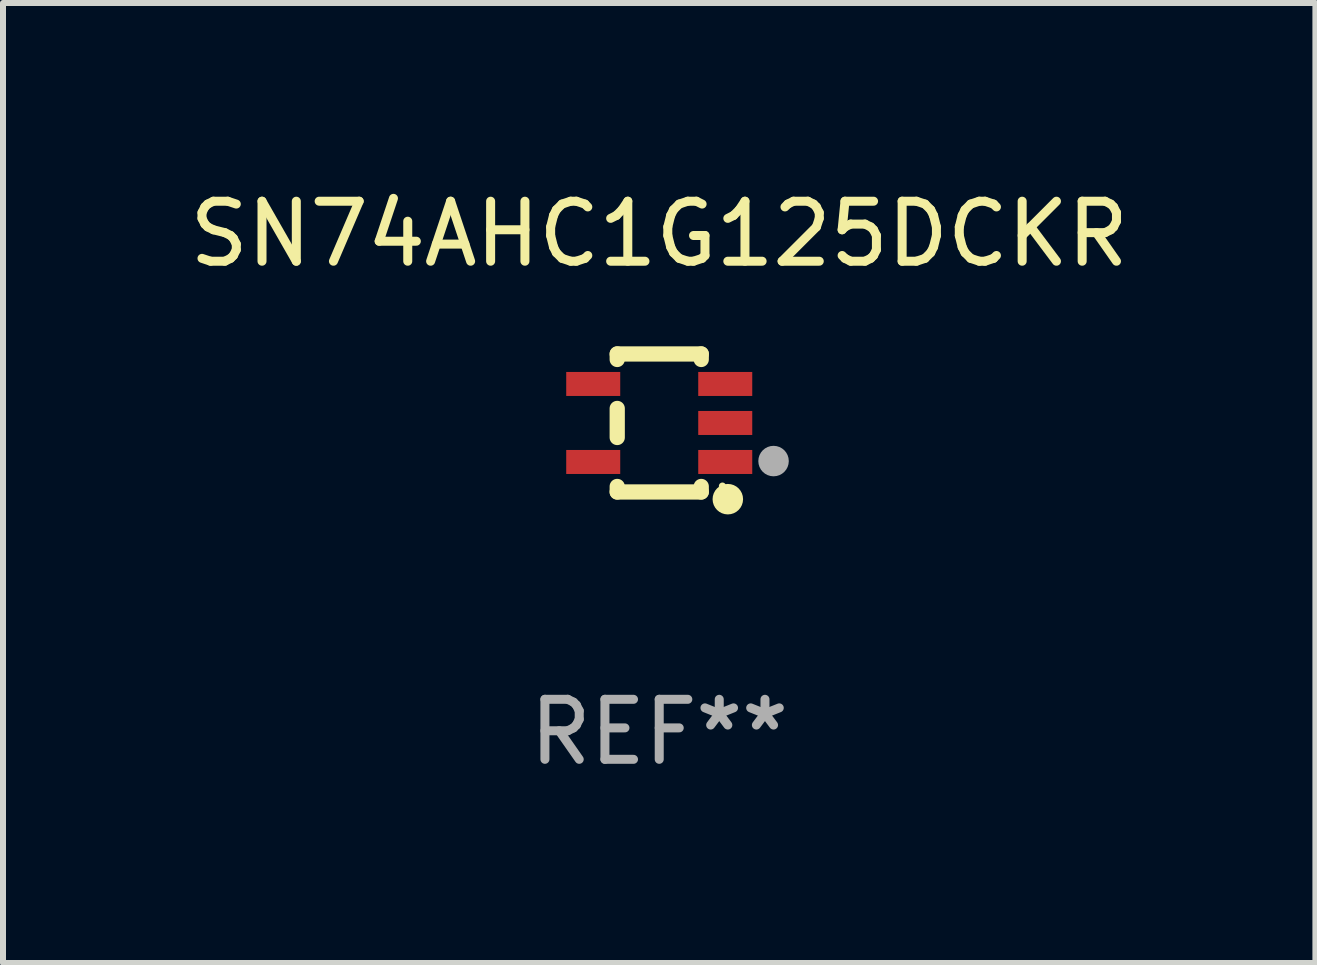
<source format=kicad_pcb>
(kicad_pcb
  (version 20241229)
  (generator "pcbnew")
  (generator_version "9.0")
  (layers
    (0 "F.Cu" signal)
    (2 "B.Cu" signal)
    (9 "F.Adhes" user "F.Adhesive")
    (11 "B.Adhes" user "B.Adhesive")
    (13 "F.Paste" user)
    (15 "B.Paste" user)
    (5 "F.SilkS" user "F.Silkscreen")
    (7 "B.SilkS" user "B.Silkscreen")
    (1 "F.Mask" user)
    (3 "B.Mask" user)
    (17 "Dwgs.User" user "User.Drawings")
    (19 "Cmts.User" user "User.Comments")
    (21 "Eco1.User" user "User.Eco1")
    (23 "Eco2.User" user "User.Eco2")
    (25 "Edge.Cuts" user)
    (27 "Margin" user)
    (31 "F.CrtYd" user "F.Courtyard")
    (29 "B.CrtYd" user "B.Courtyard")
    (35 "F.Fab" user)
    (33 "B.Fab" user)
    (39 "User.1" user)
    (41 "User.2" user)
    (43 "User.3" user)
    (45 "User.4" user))
  (footprint "SN74AHC1G125DCKR"
    (layer "F.Cu")
    (at 7.935 3.998)
    (property "Reference" "SN74AHC1G125DCKR" (at 0 -3.15 0) (layer "F.SilkS") (effects (font (size 1 1) (thickness 0.15))))
    (attr through_hole)
    (fp_line (start -0.7 -1.15) (end 0.7 -1.15) (stroke (width 0.254) (type solid)) (layer "F.SilkS"))
    (fp_line (start -0.7 -1.058) (end -0.7 -1.15) (stroke (width 0.254) (type solid)) (layer "F.SilkS"))
    (fp_line (start -0.7 0.242) (end -0.7 -0.242) (stroke (width 0.254) (type solid)) (layer "F.SilkS"))
    (fp_line (start -0.7 1.15) (end -0.7 1.058) (stroke (width 0.254) (type solid)) (layer "F.SilkS"))
    (fp_line (start -0.7 1.15) (end 0.7 1.15) (stroke (width 0.254) (type solid)) (layer "F.SilkS"))
    (fp_line (start 0.7 -1.058) (end 0.7 -1.15) (stroke (width 0.254) (type solid)) (layer "F.SilkS"))
    (fp_line (start 0.7 1.15) (end 0.7 1.058) (stroke (width 0.254) (type solid)) (layer "F.SilkS"))
    (fp_circle (center 1.053 1.052) (end 1.083 1.052) (stroke (width 0.06) (type solid)) (fill no) (layer "F.SilkS"))
    (fp_circle (center 1.143 1.27) (end 1.27 1.27) (stroke (width 0.254) (type solid)) (fill no) (layer "F.SilkS"))
    (fp_circle (center 1.905 0.635) (end 2.032 0.635) (stroke (width 0.254) (type solid)) (fill no) (layer "F.Fab"))
    (fp_text user "REF**" (at 0 5.15 0) (layer "F.Fab") (effects (font (size 1 1) (thickness 0.15))))
    (pad "1" smd rect (at 1.1 0.65 90) (size 0.4 0.9) (layers "F.Cu" "F.Mask" "F.Paste"))
    (pad "2" smd rect (at 1.1 0.000076 90) (size 0.4 0.9) (layers "F.Cu" "F.Mask" "F.Paste"))
    (pad "3" smd rect (at 1.1 -0.65 90) (size 0.4 0.9) (layers "F.Cu" "F.Mask" "F.Paste"))
    (pad "4" smd rect (at -1.1 -0.65 90) (size 0.4 0.9) (layers "F.Cu" "F.Mask" "F.Paste"))
    (pad "5" smd rect (at -1.1 0.65 90) (size 0.4 0.9) (layers "F.Cu" "F.Mask" "F.Paste")))
  (gr_rect
    (start -3 -3)
    (end 18.869 12.997)
    (stroke (width 0.1) (type default))
    (fill no)
    (layer "Edge.Cuts")))
</source>
